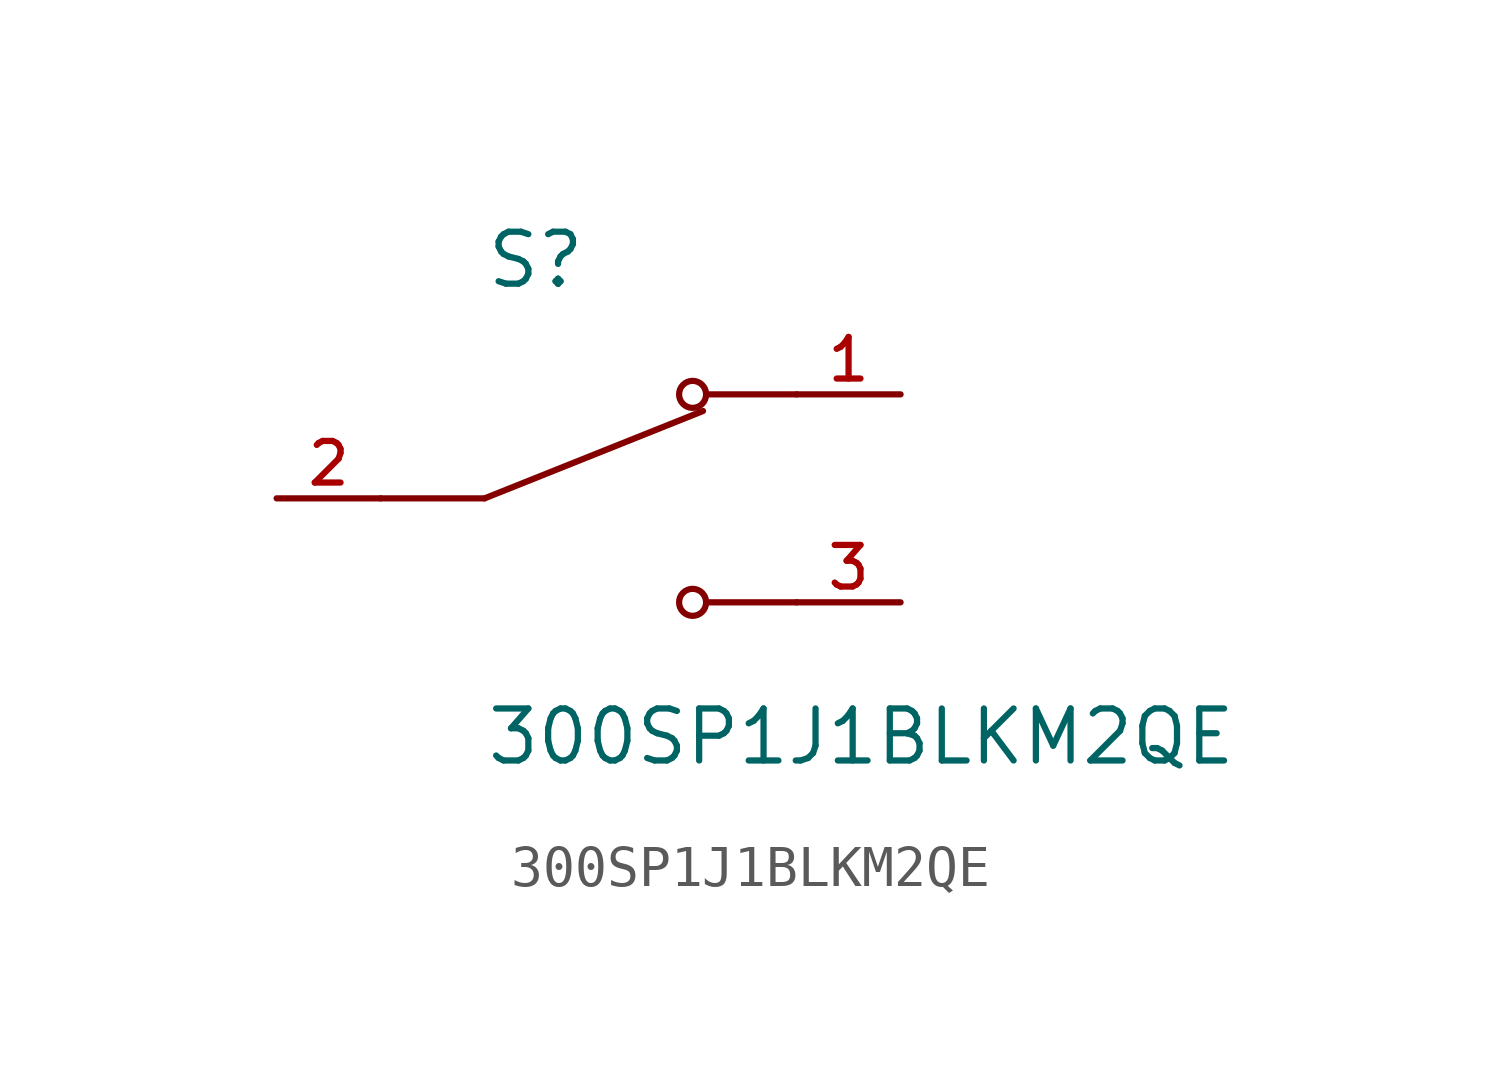
<source format=kicad_sym>
(kicad_symbol_lib
  (version 20211014)
  (generator kicad_symbol_editor)
  (symbol "300SP1J1BLKM2QE"
    (pin_names
      (offset 1.016))
    (property "Reference" "S"
      (at -2.54 5.08 0)
      (effects (font (size 1.27 1.27)) (justify bottom left)))
    (property "Value" "300SP1J1BLKM2QE"
      (at -2.54 -5.08 0)
      (effects (font (size 1.27 1.27)) (justify top left)))
    (symbol "300SP1J1BLKM2QE_0_0"
      (polyline (pts (xy -2.54 0.0) (xy 2.794 2.134)) (stroke (width 0.152)))
      (circle (center 2.54 2.54) (radius 0.33) (stroke (width 0.152)) (fill (type none)))
      (circle (center 2.54 -2.54) (radius 0.33) (stroke (width 0.152)) (fill (type none)))
      (polyline (pts (xy 5.08 -2.54) (xy 2.921 -2.54)) (stroke (width 0.152)))
      (polyline (pts (xy 5.08 2.54) (xy 2.921 2.54)) (stroke (width 0.152)))
      (polyline (pts (xy -2.54 0.0) (xy -5.08 0.0)) (stroke (width 0.152)))
      (pin passive line (at 7.62 2.54 180.0) (length 2.54) (name "~" (effects (font (size 1.016 1.016)))) (number "1" (effects (font (size 1.016 1.016)))))
      (pin passive line (at -7.62 0.0 0) (length 2.54) (name "~" (effects (font (size 1.016 1.016)))) (number "2" (effects (font (size 1.016 1.016)))))
      (pin passive line (at 7.62 -2.54 180.0) (length 2.54) (name "~" (effects (font (size 1.016 1.016)))) (number "3" (effects (font (size 1.016 1.016))))))))
</source>
